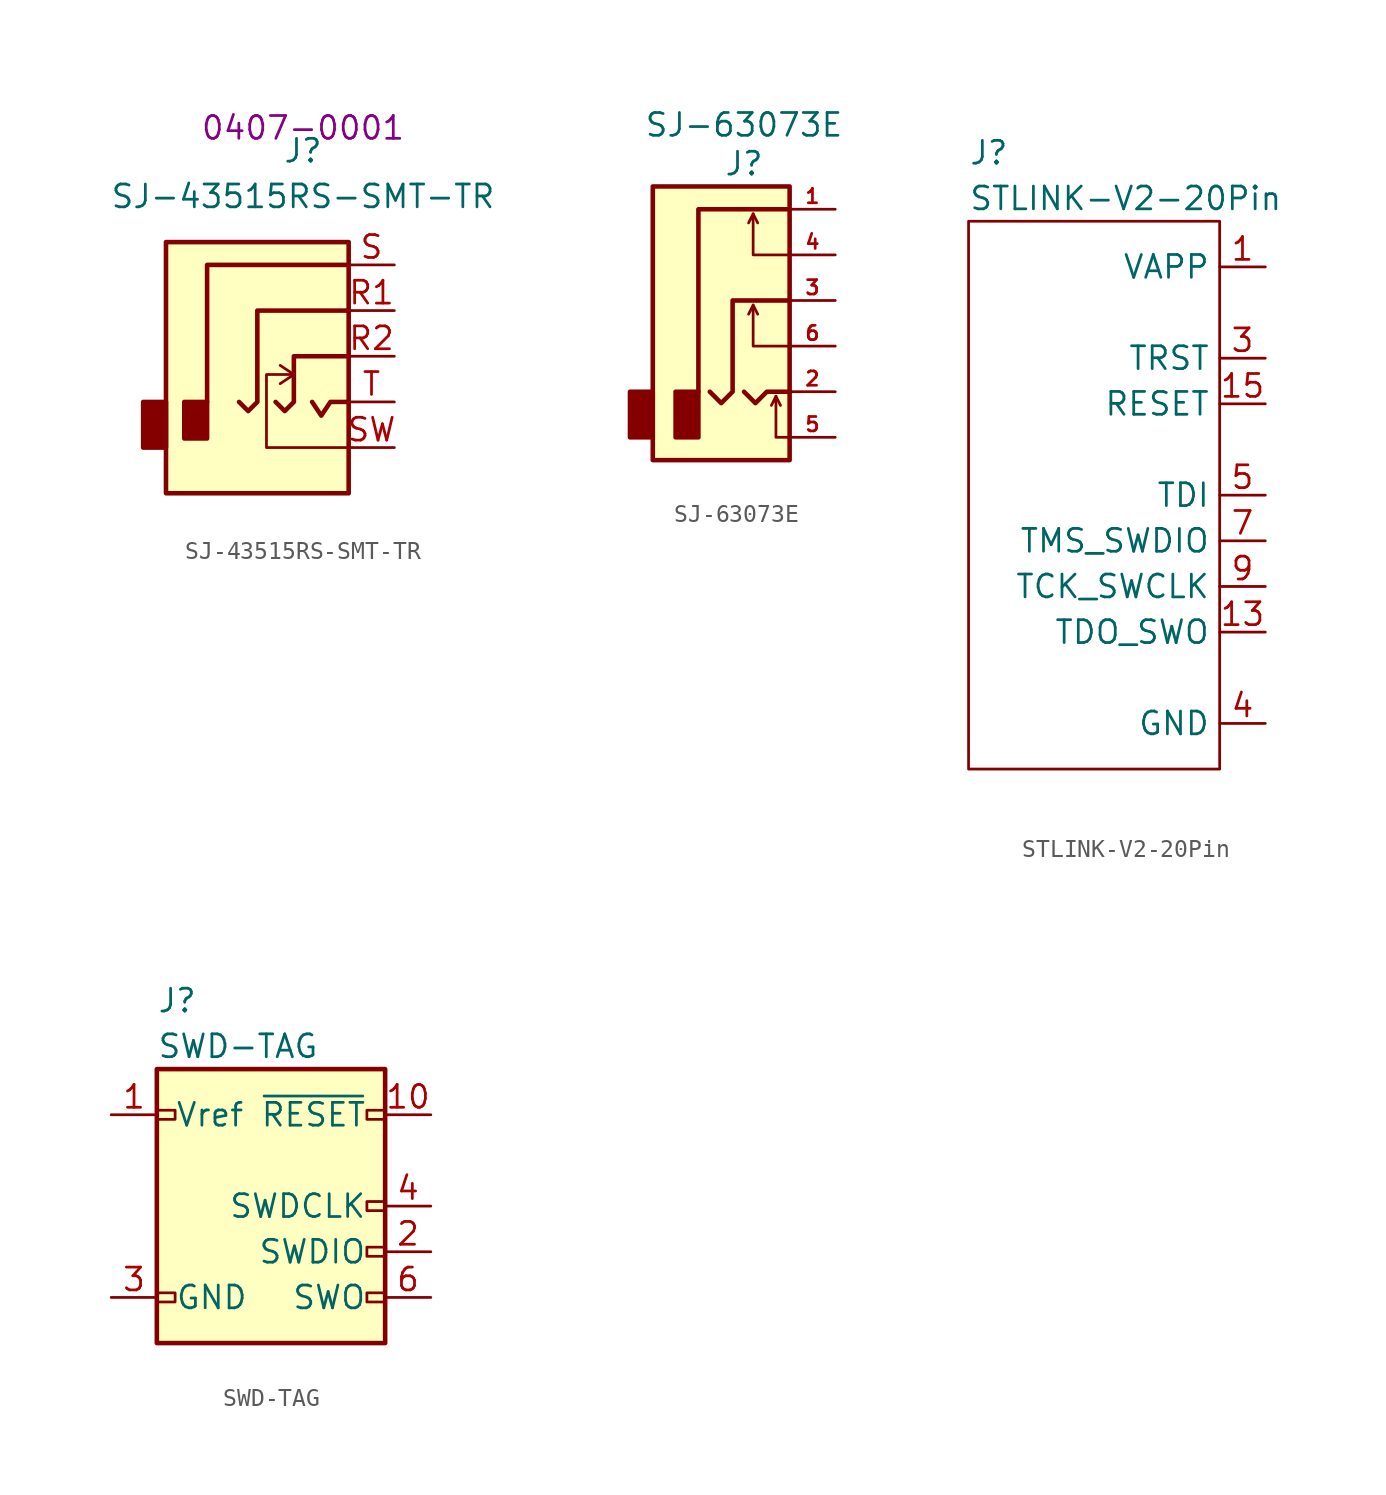
<source format=kicad_sym>
(kicad_symbol_lib
  (version 20220914)
  (generator kicad_symbol_editor)
  (symbol "SJ-43515RS-SMT-TR"
    (property "Reference" "J"
      (at 0 8.89 0)
      (effects (font (size 1.27 1.27))))
    (property "Value" "SJ-43515RS-SMT-TR"
      (at 0 6.35 0)
      (effects (font (size 1.27 1.27))))
    (property "PartNumber" "0407-0001"
      (at 0 10.16 0)
      (effects (font (size 1.27 1.27))))
    (symbol "SJ-43515RS-SMT-TR_0_1"
      (rectangle (start -7.62 -5.08) (end -8.89 -7.62) (stroke (width 0.254) (type default)) (fill (type outline)))
      (rectangle (start -7.62 3.81) (end 2.54 -10.16) (stroke (width 0.254) (type default)) (fill (type background)))
      (rectangle (start -6.604 -5.08) (end -5.334 -7.112) (stroke (width 0.254) (type default)) (fill (type outline)))
      (polyline (pts (xy -0.508 -3.556) (xy -1.27 -4.064)) (stroke (width 0) (type default)) (fill (type none)))
      (polyline (pts (xy -0.508 -3.556) (xy -1.27 -3.048)) (stroke (width 0) (type default)) (fill (type none)))
      (polyline (pts (xy 0.508 -5.08) (xy 1.016 -5.842) (xy 1.524 -5.08) (xy 2.54 -5.08)) (stroke (width 0.254) (type default)) (fill (type none)))
      (polyline (pts (xy 2.54 -7.62) (xy -2.032 -7.62) (xy -2.032 -3.556) (xy -0.508 -3.556)) (stroke (width 0) (type default)) (fill (type none)))
      (polyline (pts (xy -1.524 -5.08) (xy -1.016 -5.588) (xy -0.508 -5.08) (xy -0.508 -2.54) (xy 2.54 -2.54)) (stroke (width 0.254) (type default)) (fill (type none)))
      (polyline (pts (xy 2.54 0) (xy -2.54 0) (xy -2.54 -5.08) (xy -3.048 -5.588) (xy -3.556 -5.08)) (stroke (width 0.254) (type default)) (fill (type none)))
      (polyline (pts (xy 2.54 2.54) (xy -5.334 2.54) (xy -5.334 -5.08) (xy -5.334 -5.08) (xy -5.334 -5.08)) (stroke (width 0.254) (type default)) (fill (type none))))
    (symbol "SJ-43515RS-SMT-TR_1_1"
      (pin passive line (at 5.08 0 180) (length 2.54) (name "~" (effects (font (size 1.27 1.27)))) (number "R1" (effects (font (size 1.27 1.27)))))
      (pin passive line (at 5.08 -2.54 180) (length 2.54) (name "~" (effects (font (size 1.27 1.27)))) (number "R2" (effects (font (size 1.27 1.27)))))
      (pin passive line (at 5.08 2.54 180) (length 2.54) (name "~" (effects (font (size 1.27 1.27)))) (number "S" (effects (font (size 1.27 1.27)))))
      (pin passive line (at 5.08 -7.62 180) (length 2.54) (name "~" (effects (font (size 1.27 1.27)))) (number "SW" (effects (font (size 1.27 1.27)))))
      (pin passive line (at 5.08 -5.08 180) (length 2.54) (name "~" (effects (font (size 1.27 1.27)))) (number "T" (effects (font (size 1.27 1.27)))))))
  (symbol "SJ-63073E"
    (property "Reference" "J"
      (at 0 7.62 0)
      (effects (font (size 1.27 1.27))))
    (property "Value" "SJ-63073E"
      (at 0 9.779 0)
      (effects (font (size 1.27 1.27))))
    (symbol "SJ-63073E_0_1"
      (rectangle (start -6.35 -5.08) (end -5.08 -7.62) (stroke (width 0.254) (type default)) (fill (type outline)))
      (rectangle (start -5.08 6.35) (end 2.54 -8.89) (stroke (width 0.254) (type default)) (fill (type background)))
      (rectangle (start -3.81 -5.08) (end -2.54 -7.62) (stroke (width 0.254) (type default)) (fill (type outline)))
      (polyline (pts (xy 0.508 -0.254) (xy 0.762 -0.762)) (stroke (width 0) (type default)) (fill (type none)))
      (polyline (pts (xy 0.508 4.826) (xy 0.762 4.318)) (stroke (width 0) (type default)) (fill (type none)))
      (polyline (pts (xy 1.778 -5.334) (xy 2.032 -5.842)) (stroke (width 0) (type default)) (fill (type none)))
      (polyline (pts (xy -2.54 -5.08) (xy -2.54 5.08) (xy 2.54 5.08)) (stroke (width 0.254) (type default)) (fill (type none)))
      (polyline (pts (xy 0 -5.08) (xy 0.635 -5.715) (xy 1.27 -5.08) (xy 2.54 -5.08)) (stroke (width 0.254) (type default)) (fill (type none)))
      (polyline (pts (xy 2.54 -7.62) (xy 1.778 -7.62) (xy 1.778 -5.334) (xy 1.524 -5.842)) (stroke (width 0) (type default)) (fill (type none)))
      (polyline (pts (xy 2.54 -2.54) (xy 0.508 -2.54) (xy 0.508 -0.254) (xy 0.254 -0.762)) (stroke (width 0) (type default)) (fill (type none)))
      (polyline (pts (xy 2.54 2.54) (xy 0.508 2.54) (xy 0.508 4.826) (xy 0.254 4.318)) (stroke (width 0) (type default)) (fill (type none)))
      (polyline (pts (xy -1.905 -5.08) (xy -1.27 -5.715) (xy -0.635 -5.08) (xy -0.635 0) (xy 2.54 0)) (stroke (width 0.254) (type default)) (fill (type none))))
    (symbol "SJ-63073E_1_1"
      (pin passive line (at 5.08 5.08 180) (length 2.54) (name "S" (effects (font (size 0 0)))) (number "1" (effects (font (size 0.8 0.8)))))
      (pin passive line (at 5.08 -5.08 180) (length 2.54) (name "T" (effects (font (size 0 0)))) (number "2" (effects (font (size 0.8 0.8)))))
      (pin passive line (at 5.08 0 180) (length 2.54) (name "R" (effects (font (size 0 0)))) (number "3" (effects (font (size 0.8 0.8)))))
      (pin passive line (at 5.08 2.54 180) (length 2.54) (name "SN" (effects (font (size 0 0)))) (number "4" (effects (font (size 0.8 0.8)))))
      (pin passive line (at 5.08 -7.62 180) (length 2.54) (name "TN" (effects (font (size 0 0)))) (number "5" (effects (font (size 0.8 0.8)))))
      (pin passive line (at 5.08 -2.54 180) (length 2.54) (name "RN" (effects (font (size 0 0)))) (number "6" (effects (font (size 0.8 0.8)))))))
  (symbol "STLINK-V2-20Pin"
    (property "Reference" "J"
      (at 0 3.81 0)
      (effects (font (size 1.27 1.27)) (justify left)))
    (property "Value" "STLINK-V2-20Pin"
      (at 0 1.27 0)
      (effects (font (size 1.27 1.27)) (justify left)))
    (symbol "STLINK-V2-20Pin_0_0"
      (rectangle (start 13.97 0) (end 0 -30.48) (stroke (width 0) (type default)) (fill (type none)))
      (pin power_in line (at 16.51 -2.54 180) (length 2.54) (name "VAPP" (effects (font (size 1.27 1.27)))) (number "1" (effects (font (size 1.27 1.27)))))
      (pin power_in line (at 16.51 -27.94 180) (length 2.54) hide (name "GND" (effects (font (size 1.27 1.27)))) (number "10" (effects (font (size 1.27 1.27)))))
      (pin no_connect line (at 3.81 -10.16 270) (length 2.54) hide (name "NC" (effects (font (size 1.27 1.27)))) (number "11" (effects (font (size 1.27 1.27)))))
      (pin power_in line (at 16.51 -27.94 180) (length 2.54) hide (name "GND" (effects (font (size 1.27 1.27)))) (number "12" (effects (font (size 1.27 1.27)))))
      (pin bidirectional line (at 16.51 -22.86 180) (length 2.54) (name "TDO_SWO" (effects (font (size 1.27 1.27)))) (number "13" (effects (font (size 1.27 1.27)))) (alternate "JTDO" bidirectional line) (alternate "SWV" bidirectional line) (alternate "TRACESWO" bidirectional line))
      (pin power_in line (at 16.51 -27.94 180) (length 2.54) hide (name "GND" (effects (font (size 1.27 1.27)))) (number "14" (effects (font (size 1.27 1.27)))))
      (pin output line (at 16.51 -10.16 180) (length 2.54) (name "RESET" (effects (font (size 1.27 1.27)))) (number "15" (effects (font (size 1.27 1.27)))))
      (pin power_in line (at 16.51 -27.94 180) (length 2.54) hide (name "GND" (effects (font (size 1.27 1.27)))) (number "16" (effects (font (size 1.27 1.27)))))
      (pin no_connect line (at 3.81 -10.16 270) (length 2.54) hide (name "NC" (effects (font (size 1.27 1.27)))) (number "17" (effects (font (size 1.27 1.27)))))
      (pin power_in line (at 16.51 -27.94 180) (length 2.54) hide (name "GND" (effects (font (size 1.27 1.27)))) (number "18" (effects (font (size 1.27 1.27)))))
      (pin no_connect line (at 6.35 -10.16 270) (length 2.54) hide (name "VDD" (effects (font (size 1.27 1.27)))) (number "19" (effects (font (size 1.27 1.27)))))
      (pin power_in line (at 16.51 -2.54 180) (length 2.54) hide (name "VAPP" (effects (font (size 1.27 1.27)))) (number "2" (effects (font (size 1.27 1.27)))))
      (pin power_in line (at 16.51 -27.94 180) (length 2.54) hide (name "GND" (effects (font (size 1.27 1.27)))) (number "20" (effects (font (size 1.27 1.27)))))
      (pin output line (at 16.51 -7.62 180) (length 2.54) (name "TRST" (effects (font (size 1.27 1.27)))) (number "3" (effects (font (size 1.27 1.27)))) (alternate "GND" output line) (alternate "JNTRST" output line))
      (pin power_in line (at 16.51 -27.94 180) (length 2.54) (name "GND" (effects (font (size 1.27 1.27)))) (number "4" (effects (font (size 1.27 1.27)))))
      (pin bidirectional line (at 16.51 -15.24 180) (length 2.54) (name "TDI" (effects (font (size 1.27 1.27)))) (number "5" (effects (font (size 1.27 1.27)))) (alternate "GND" bidirectional line) (alternate "JTDI" bidirectional line))
      (pin power_in line (at 16.51 -27.94 180) (length 2.54) hide (name "GND" (effects (font (size 1.27 1.27)))) (number "6" (effects (font (size 1.27 1.27)))))
      (pin bidirectional line (at 16.51 -17.78 180) (length 2.54) (name "TMS_SWDIO" (effects (font (size 1.27 1.27)))) (number "7" (effects (font (size 1.27 1.27)))) (alternate "JTMS" bidirectional line) (alternate "SWDIO" bidirectional line))
      (pin power_in line (at 16.51 -27.94 180) (length 2.54) hide (name "GND" (effects (font (size 1.27 1.27)))) (number "8" (effects (font (size 1.27 1.27)))))
      (pin bidirectional line (at 16.51 -20.32 180) (length 2.54) (name "TCK_SWCLK" (effects (font (size 1.27 1.27)))) (number "9" (effects (font (size 1.27 1.27)))) (alternate "JTCK" bidirectional line) (alternate "SWCLK" bidirectional line))))
  (symbol "SWD-TAG"
    (pin_names
      (offset 1.016))
    (property "Reference" "J"
      (at 0 3.81 0)
      (effects (font (size 1.27 1.27)) (justify left)))
    (property "Value" "SWD-TAG"
      (at 0 1.27 0)
      (effects (font (size 1.27 1.27)) (justify left)))
    (symbol "SWD-TAG_0_1"
      (rectangle (start 0 -12.446) (end 1.016 -12.954) (stroke (width 0) (type default)) (fill (type none)))
      (rectangle (start 0 -2.794) (end 1.016 -2.286) (stroke (width 0) (type default)) (fill (type none)))
      (rectangle (start 0 0) (end 12.7 -15.24) (stroke (width 0.254) (type default)) (fill (type background)))
      (rectangle (start 11.684 -7.874) (end 12.7 -7.366) (stroke (width 0) (type default)) (fill (type none)))
      (rectangle (start 12.7 -12.954) (end 11.684 -12.446) (stroke (width 0) (type default)) (fill (type none)))
      (rectangle (start 12.7 -10.414) (end 11.684 -9.906) (stroke (width 0) (type default)) (fill (type none)))
      (rectangle (start 12.7 -2.286) (end 11.684 -2.794) (stroke (width 0) (type default)) (fill (type none))))
    (symbol "SWD-TAG_1_1"
      (pin power_in line (at -2.54 -2.54 0) (length 2.54) (name "Vref" (effects (font (size 1.27 1.27)))) (number "1" (effects (font (size 1.27 1.27)))))
      (pin open_collector line (at 15.24 -2.54 180) (length 2.54) (name "~{RESET}" (effects (font (size 1.27 1.27)))) (number "10" (effects (font (size 1.27 1.27)))))
      (pin bidirectional line (at 15.24 -10.16 180) (length 2.54) (name "SWDIO" (effects (font (size 1.27 1.27)))) (number "2" (effects (font (size 1.27 1.27)))))
      (pin power_in line (at -2.54 -12.7 0) (length 2.54) (name "GND" (effects (font (size 1.27 1.27)))) (number "3" (effects (font (size 1.27 1.27)))))
      (pin output line (at 15.24 -7.62 180) (length 2.54) (name "SWDCLK" (effects (font (size 1.27 1.27)))) (number "4" (effects (font (size 1.27 1.27)))))
      (pin passive line (at -2.54 -12.7 0) (length 2.54) hide (name "GND" (effects (font (size 1.27 1.27)))) (number "5" (effects (font (size 1.27 1.27)))))
      (pin input line (at 15.24 -12.7 180) (length 2.54) (name "SWO" (effects (font (size 1.27 1.27)))) (number "6" (effects (font (size 1.27 1.27)))))
      (pin no_connect line (at -2.54 -6.35 0) (length 2.54) hide (name "NC" (effects (font (size 1.27 1.27)))) (number "7" (effects (font (size 1.27 1.27)))))
      (pin no_connect line (at -2.54 -7.62 0) (length 2.54) hide (name "NC" (effects (font (size 1.27 1.27)))) (number "8" (effects (font (size 1.27 1.27)))))
      (pin passive line (at -2.54 -12.7 0) (length 2.54) hide (name "GNDDetect" (effects (font (size 1.27 1.27)))) (number "9" (effects (font (size 1.27 1.27))))))))
</source>
